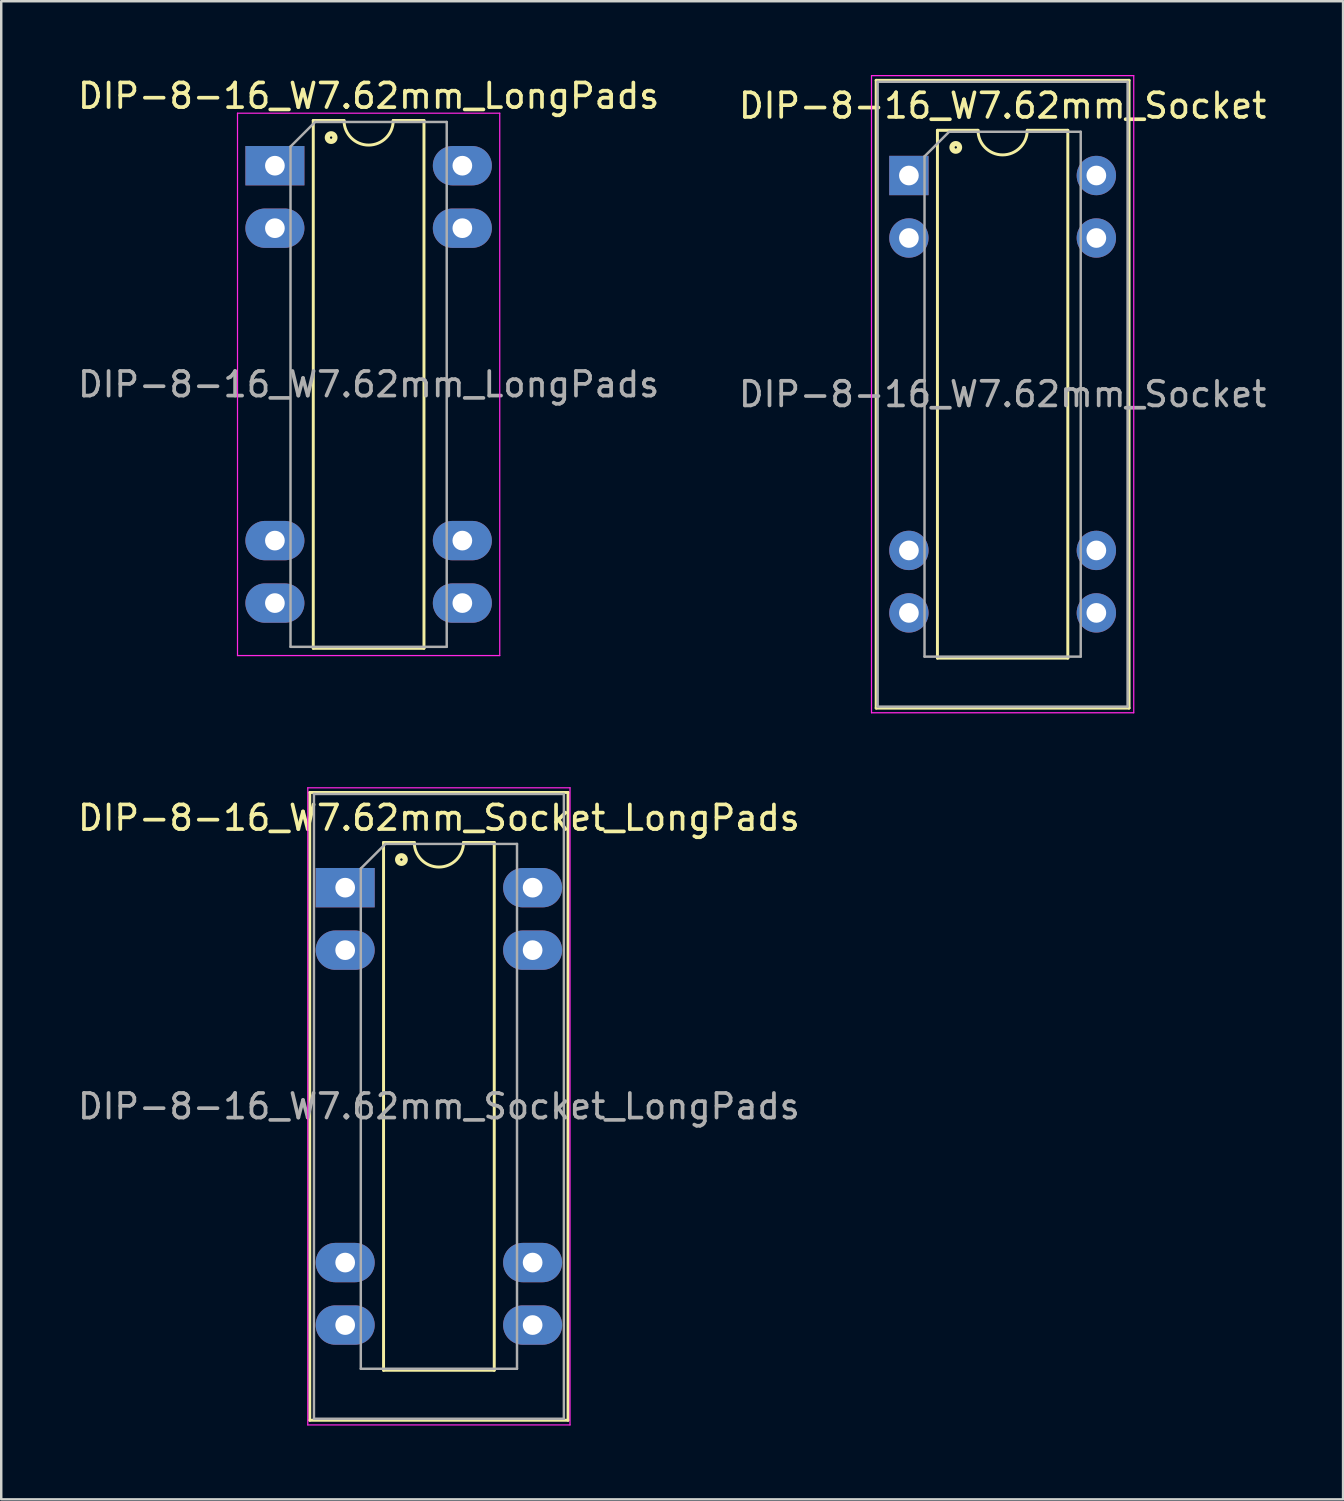
<source format=kicad_pcb>
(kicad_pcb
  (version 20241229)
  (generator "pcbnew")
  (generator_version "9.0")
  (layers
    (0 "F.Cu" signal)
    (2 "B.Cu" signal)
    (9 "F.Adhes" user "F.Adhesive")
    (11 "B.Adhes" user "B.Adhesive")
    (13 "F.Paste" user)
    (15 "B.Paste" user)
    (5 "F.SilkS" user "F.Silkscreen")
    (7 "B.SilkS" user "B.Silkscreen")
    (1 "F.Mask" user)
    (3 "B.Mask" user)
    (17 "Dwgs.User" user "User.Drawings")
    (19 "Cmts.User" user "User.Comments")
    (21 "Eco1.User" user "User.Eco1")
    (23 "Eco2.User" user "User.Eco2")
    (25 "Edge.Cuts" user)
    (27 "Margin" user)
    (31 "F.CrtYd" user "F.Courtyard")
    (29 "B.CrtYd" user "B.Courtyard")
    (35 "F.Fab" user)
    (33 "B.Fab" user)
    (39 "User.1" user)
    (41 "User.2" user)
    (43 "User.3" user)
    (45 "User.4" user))
  (footprint "DIP-8-16_W7.62mm_Socket"
    (layer "F.Cu")
    (at 33.898 4.085)
    (property "Reference" "DIP-8-16_W7.62mm_Socket" (at 3.81 -2.838 0) (layer "F.SilkS") (effects (font (size 1 1) (thickness 0.15))))
    (attr through_hole)
    (fp_line (start -1.33 -3.87) (end -1.33 21.65) (stroke (width 0.12) (type solid)) (layer "F.SilkS"))
    (fp_line (start -1.33 21.65) (end 8.95 21.65) (stroke (width 0.12) (type solid)) (layer "F.SilkS"))
    (fp_line (start 1.16 -1.838) (end 1.16 19.618) (stroke (width 0.12) (type solid)) (layer "F.SilkS"))
    (fp_line (start 1.16 19.618) (end 6.46 19.618) (stroke (width 0.12) (type solid)) (layer "F.SilkS"))
    (fp_line (start 2.81 -1.838) (end 1.16 -1.838) (stroke (width 0.12) (type solid)) (layer "F.SilkS"))
    (fp_line (start 6.46 -1.838) (end 4.81 -1.838) (stroke (width 0.12) (type solid)) (layer "F.SilkS"))
    (fp_line (start 6.46 19.618) (end 6.46 -1.838) (stroke (width 0.12) (type solid)) (layer "F.SilkS"))
    (fp_line (start 8.95 -3.87) (end -1.33 -3.87) (stroke (width 0.12) (type solid)) (layer "F.SilkS"))
    (fp_line (start 8.95 21.65) (end 8.95 -3.87) (stroke (width 0.12) (type solid)) (layer "F.SilkS"))
    (fp_arc (start 4.81 -1.838) (mid 3.81 -0.838) (end 2.81 -1.838) (stroke (width 0.12) (type solid)) (layer "F.SilkS"))
    (fp_circle (center 1.905 -1.143) (end 1.955 -1.143) (stroke (width 0.12) (type solid)) (fill no) (layer "F.SilkS"))
    (fp_circle (center 1.905 -1.143) (end 2.03 -1.143) (stroke (width 0.12) (type solid)) (fill no) (layer "F.SilkS"))
    (fp_circle (center 1.905 -1.143) (end 2.105 -1.143) (stroke (width 0.12) (type solid)) (fill no) (layer "F.SilkS"))
    (fp_line (start -1.52 -4.06) (end -1.52 21.84) (stroke (width 0.05) (type solid)) (layer "F.CrtYd"))
    (fp_line (start -1.52 21.84) (end 9.14 21.84) (stroke (width 0.05) (type solid)) (layer "F.CrtYd"))
    (fp_line (start 9.14 -4.06) (end -1.52 -4.06) (stroke (width 0.05) (type solid)) (layer "F.CrtYd"))
    (fp_line (start 9.14 21.84) (end 9.14 -4.06) (stroke (width 0.05) (type solid)) (layer "F.CrtYd"))
    (fp_line (start -1.27 -3.81) (end -1.27 21.59) (stroke (width 0.1) (type solid)) (layer "F.Fab"))
    (fp_line (start -1.27 21.59) (end 8.89 21.59) (stroke (width 0.1) (type solid)) (layer "F.Fab"))
    (fp_line (start 0.635 -0.778) (end 1.635 -1.778) (stroke (width 0.1) (type solid)) (layer "F.Fab"))
    (fp_line (start 0.635 19.558) (end 0.635 -0.778) (stroke (width 0.1) (type solid)) (layer "F.Fab"))
    (fp_line (start 1.635 -1.778) (end 6.985 -1.778) (stroke (width 0.1) (type solid)) (layer "F.Fab"))
    (fp_line (start 6.985 -1.778) (end 6.985 19.558) (stroke (width 0.1) (type solid)) (layer "F.Fab"))
    (fp_line (start 6.985 19.558) (end 0.635 19.558) (stroke (width 0.1) (type solid)) (layer "F.Fab"))
    (fp_line (start 8.89 -3.81) (end -1.27 -3.81) (stroke (width 0.1) (type solid)) (layer "F.Fab"))
    (fp_line (start 8.89 21.59) (end 8.89 -3.81) (stroke (width 0.1) (type solid)) (layer "F.Fab"))
    (fp_text user "${REFERENCE}" (at 3.81 8.89 0) (layer "F.Fab") (effects (font (size 1 1) (thickness 0.15))))
    (pad "1" thru_hole rect (at 0 0) (size 1.6 1.6) (drill 0.8) (layers "*.Cu" "*.Mask"))
    (pad "2" thru_hole circle (at 0 2.54) (size 1.6 1.6) (drill 0.8) (layers "*.Cu" "*.Mask"))
    (pad "3" thru_hole circle (at 0 15.24) (size 1.6 1.6) (drill 0.8) (layers "*.Cu" "*.Mask"))
    (pad "4" thru_hole circle (at 0 17.78) (size 1.6 1.6) (drill 0.8) (layers "*.Cu" "*.Mask"))
    (pad "5" thru_hole circle (at 7.62 17.78) (size 1.6 1.6) (drill 0.8) (layers "*.Cu" "*.Mask"))
    (pad "6" thru_hole circle (at 7.62 15.24) (size 1.6 1.6) (drill 0.8) (layers "*.Cu" "*.Mask"))
    (pad "7" thru_hole circle (at 7.62 2.54) (size 1.6 1.6) (drill 0.8) (layers "*.Cu" "*.Mask"))
    (pad "8" thru_hole circle (at 7.62 0) (size 1.6 1.6) (drill 0.8) (layers "*.Cu" "*.Mask")))
  (footprint "DIP-8-16_W7.62mm_Socket_LongPads"
    (layer "F.Cu")
    (at 10.982 33.035)
    (property "Reference" "DIP-8-16_W7.62mm_Socket_LongPads" (at 3.81 -2.838 0) (layer "F.SilkS") (effects (font (size 1 1) (thickness 0.15))))
    (attr through_hole)
    (fp_line (start -1.44 -3.87) (end -1.44 21.65) (stroke (width 0.12) (type solid)) (layer "F.SilkS"))
    (fp_line (start -1.44 21.65) (end 9.06 21.65) (stroke (width 0.12) (type solid)) (layer "F.SilkS"))
    (fp_line (start 1.56 -1.838) (end 1.56 19.618) (stroke (width 0.12) (type solid)) (layer "F.SilkS"))
    (fp_line (start 1.56 19.618) (end 6.06 19.618) (stroke (width 0.12) (type solid)) (layer "F.SilkS"))
    (fp_line (start 2.81 -1.838) (end 1.56 -1.838) (stroke (width 0.12) (type solid)) (layer "F.SilkS"))
    (fp_line (start 6.06 -1.838) (end 4.81 -1.838) (stroke (width 0.12) (type solid)) (layer "F.SilkS"))
    (fp_line (start 6.06 19.618) (end 6.06 -1.838) (stroke (width 0.12) (type solid)) (layer "F.SilkS"))
    (fp_line (start 9.06 -3.87) (end -1.44 -3.87) (stroke (width 0.12) (type solid)) (layer "F.SilkS"))
    (fp_line (start 9.06 21.65) (end 9.06 -3.87) (stroke (width 0.12) (type solid)) (layer "F.SilkS"))
    (fp_arc (start 4.81 -1.838) (mid 3.81 -0.838) (end 2.81 -1.838) (stroke (width 0.12) (type solid)) (layer "F.SilkS"))
    (fp_circle (center 2.286 -1.143) (end 2.336 -1.143) (stroke (width 0.12) (type solid)) (fill no) (layer "F.SilkS"))
    (fp_circle (center 2.286 -1.143) (end 2.411 -1.143) (stroke (width 0.12) (type solid)) (fill no) (layer "F.SilkS"))
    (fp_circle (center 2.286 -1.143) (end 2.486 -1.143) (stroke (width 0.12) (type solid)) (fill no) (layer "F.SilkS"))
    (fp_line (start -1.52 -4.06) (end -1.52 21.84) (stroke (width 0.05) (type solid)) (layer "F.CrtYd"))
    (fp_line (start -1.52 21.84) (end 9.14 21.84) (stroke (width 0.05) (type solid)) (layer "F.CrtYd"))
    (fp_line (start 9.14 -4.06) (end -1.52 -4.06) (stroke (width 0.05) (type solid)) (layer "F.CrtYd"))
    (fp_line (start 9.14 21.84) (end 9.14 -4.06) (stroke (width 0.05) (type solid)) (layer "F.CrtYd"))
    (fp_line (start -1.27 -3.81) (end -1.27 21.59) (stroke (width 0.1) (type solid)) (layer "F.Fab"))
    (fp_line (start -1.27 21.59) (end 8.89 21.59) (stroke (width 0.1) (type solid)) (layer "F.Fab"))
    (fp_line (start 0.635 -0.778) (end 1.635 -1.778) (stroke (width 0.1) (type solid)) (layer "F.Fab"))
    (fp_line (start 0.635 19.558) (end 0.635 -0.778) (stroke (width 0.1) (type solid)) (layer "F.Fab"))
    (fp_line (start 1.635 -1.778) (end 6.985 -1.778) (stroke (width 0.1) (type solid)) (layer "F.Fab"))
    (fp_line (start 6.985 -1.778) (end 6.985 19.558) (stroke (width 0.1) (type solid)) (layer "F.Fab"))
    (fp_line (start 6.985 19.558) (end 0.635 19.558) (stroke (width 0.1) (type solid)) (layer "F.Fab"))
    (fp_line (start 8.89 -3.81) (end -1.27 -3.81) (stroke (width 0.1) (type solid)) (layer "F.Fab"))
    (fp_line (start 8.89 21.59) (end 8.89 -3.81) (stroke (width 0.1) (type solid)) (layer "F.Fab"))
    (fp_text user "${REFERENCE}" (at 3.81 8.89 0) (layer "F.Fab") (effects (font (size 1 1) (thickness 0.15))))
    (pad "1" thru_hole rect (at 0 0) (size 2.4 1.6) (drill 0.8) (layers "*.Cu" "*.Mask"))
    (pad "2" thru_hole oval (at 0 2.54) (size 2.4 1.6) (drill 0.8) (layers "*.Cu" "*.Mask"))
    (pad "3" thru_hole oval (at 0 15.24) (size 2.4 1.6) (drill 0.8) (layers "*.Cu" "*.Mask"))
    (pad "4" thru_hole oval (at 0 17.78) (size 2.4 1.6) (drill 0.8) (layers "*.Cu" "*.Mask"))
    (pad "5" thru_hole oval (at 7.62 17.78) (size 2.4 1.6) (drill 0.8) (layers "*.Cu" "*.Mask"))
    (pad "6" thru_hole oval (at 7.62 15.24) (size 2.4 1.6) (drill 0.8) (layers "*.Cu" "*.Mask"))
    (pad "7" thru_hole oval (at 7.62 2.54) (size 2.4 1.6) (drill 0.8) (layers "*.Cu" "*.Mask"))
    (pad "8" thru_hole oval (at 7.62 0) (size 2.4 1.6) (drill 0.8) (layers "*.Cu" "*.Mask")))
  (footprint "DIP-8-16_W7.62mm_LongPads"
    (layer "F.Cu")
    (at 8.125 3.686)
    (property "Reference" "DIP-8-16_W7.62mm_LongPads" (at 3.81 -2.838 0) (layer "F.SilkS") (effects (font (size 1 1) (thickness 0.15))))
    (attr through_hole)
    (fp_line (start 1.56 -1.838) (end 1.56 19.618) (stroke (width 0.12) (type solid)) (layer "F.SilkS"))
    (fp_line (start 1.56 19.618) (end 6.06 19.618) (stroke (width 0.12) (type solid)) (layer "F.SilkS"))
    (fp_line (start 2.81 -1.838) (end 1.56 -1.838) (stroke (width 0.12) (type solid)) (layer "F.SilkS"))
    (fp_line (start 6.06 -1.838) (end 4.81 -1.838) (stroke (width 0.12) (type solid)) (layer "F.SilkS"))
    (fp_line (start 6.06 19.618) (end 6.06 -1.838) (stroke (width 0.12) (type solid)) (layer "F.SilkS"))
    (fp_arc (start 4.81 -1.838) (mid 3.81 -0.838) (end 2.81 -1.838) (stroke (width 0.12) (type solid)) (layer "F.SilkS"))
    (fp_circle (center 2.286 -1.143) (end 2.336 -1.143) (stroke (width 0.12) (type solid)) (fill no) (layer "F.SilkS"))
    (fp_circle (center 2.286 -1.143) (end 2.411 -1.143) (stroke (width 0.12) (type solid)) (fill no) (layer "F.SilkS"))
    (fp_circle (center 2.286 -1.143) (end 2.486 -1.143) (stroke (width 0.12) (type solid)) (fill no) (layer "F.SilkS"))
    (fp_line (start -1.52 -2.134) (end -1.52 19.914) (stroke (width 0.05) (type solid)) (layer "F.CrtYd"))
    (fp_line (start -1.52 19.914) (end 9.14 19.914) (stroke (width 0.05) (type solid)) (layer "F.CrtYd"))
    (fp_line (start 9.14 -2.134) (end -1.52 -2.134) (stroke (width 0.05) (type solid)) (layer "F.CrtYd"))
    (fp_line (start 9.14 19.914) (end 9.14 -2.134) (stroke (width 0.05) (type solid)) (layer "F.CrtYd"))
    (fp_line (start 0.635 -0.778) (end 1.635 -1.778) (stroke (width 0.1) (type solid)) (layer "F.Fab"))
    (fp_line (start 0.635 19.558) (end 0.635 -0.778) (stroke (width 0.1) (type solid)) (layer "F.Fab"))
    (fp_line (start 1.635 -1.778) (end 6.985 -1.778) (stroke (width 0.1) (type solid)) (layer "F.Fab"))
    (fp_line (start 6.985 -1.778) (end 6.985 19.558) (stroke (width 0.1) (type solid)) (layer "F.Fab"))
    (fp_line (start 6.985 19.558) (end 0.635 19.558) (stroke (width 0.1) (type solid)) (layer "F.Fab"))
    (fp_text user "${REFERENCE}" (at 3.81 8.89 0) (layer "F.Fab") (effects (font (size 1 1) (thickness 0.15))))
    (pad "1" thru_hole rect (at 0 0) (size 2.4 1.6) (drill 0.8) (layers "*.Cu" "*.Mask"))
    (pad "2" thru_hole oval (at 0 2.54) (size 2.4 1.6) (drill 0.8) (layers "*.Cu" "*.Mask"))
    (pad "3" thru_hole oval (at 0 15.24) (size 2.4 1.6) (drill 0.8) (layers "*.Cu" "*.Mask"))
    (pad "4" thru_hole oval (at 0 17.78) (size 2.4 1.6) (drill 0.8) (layers "*.Cu" "*.Mask"))
    (pad "5" thru_hole oval (at 7.62 17.78) (size 2.4 1.6) (drill 0.8) (layers "*.Cu" "*.Mask"))
    (pad "6" thru_hole oval (at 7.62 15.24) (size 2.4 1.6) (drill 0.8) (layers "*.Cu" "*.Mask"))
    (pad "7" thru_hole oval (at 7.62 2.54) (size 2.4 1.6) (drill 0.8) (layers "*.Cu" "*.Mask"))
    (pad "8" thru_hole oval (at 7.62 0) (size 2.4 1.6) (drill 0.8) (layers "*.Cu" "*.Mask")))
  (gr_rect
    (start -3 -3)
    (end 51.548 57.9)
    (stroke (width 0.1) (type default))
    (fill no)
    (layer "Edge.Cuts")))
</source>
